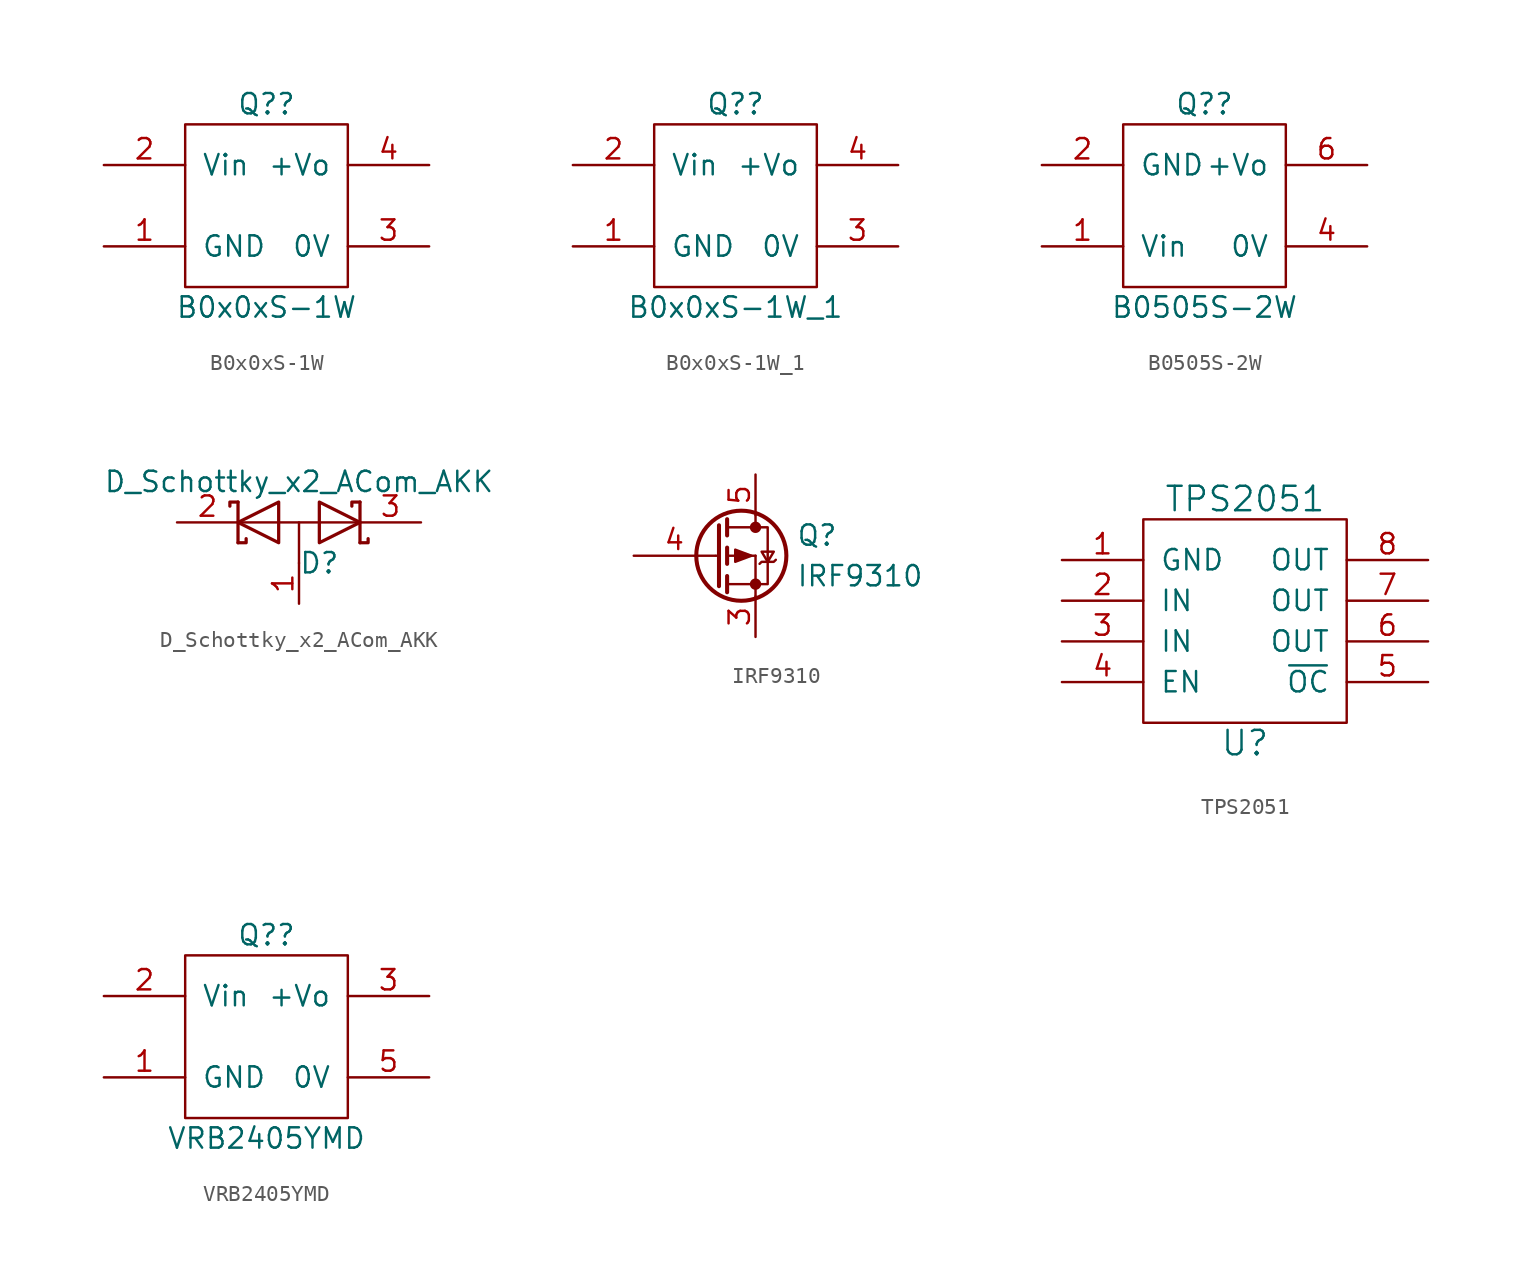
<source format=kicad_sym>
(kicad_symbol_lib
  (version 20231120)
  (generator "kicad_symbol_editor")
  (generator_version "8.99")
  (symbol "B0x0xS-1W"
    (pin_names
      (offset 1.016))
    (property "Reference" "Q?"
      (at 0 6.35 0)
      (effects (font (size 1.27 1.27))))
    (property "Value" "B0x0xS-1W"
      (at 0 -6.35 0)
      (effects (font (size 1.27 1.27))))
    (symbol "B0x0xS-1W_0_1"
      (rectangle (start -5.08 5.08) (end 5.08 -5.08) (stroke (width 0) (type default)) (fill (type none))))
    (symbol "B0x0xS-1W_1_1"
      (pin power_in line (at -10.16 -2.54 0) (length 5.08) (name "GND" (effects (font (size 1.27 1.27)))) (number "1" (effects (font (size 1.27 1.27)))))
      (pin power_in line (at -10.16 2.54 0) (length 5.08) (name "Vin" (effects (font (size 1.27 1.27)))) (number "2" (effects (font (size 1.27 1.27)))))
      (pin power_out line (at 10.16 -2.54 180) (length 5.08) (name "0V" (effects (font (size 1.27 1.27)))) (number "3" (effects (font (size 1.27 1.27)))))
      (pin power_out line (at 10.16 2.54 180) (length 5.08) (name "+Vo" (effects (font (size 1.27 1.27)))) (number "4" (effects (font (size 1.27 1.27)))))))
  (symbol "B0x0xS-1W_1"
    (pin_names
      (offset 1.016))
    (property "Reference" "Q?"
      (at 0 6.35 0)
      (effects (font (size 1.27 1.27))))
    (property "Value" "B0x0xS-1W_1"
      (at 0 -6.35 0)
      (effects (font (size 1.27 1.27))))
    (symbol "B0x0xS-1W_1_0_1"
      (rectangle (start -5.08 5.08) (end 5.08 -5.08) (stroke (width 0) (type default)) (fill (type none))))
    (symbol "B0x0xS-1W_1_1_1"
      (pin power_in line (at -10.16 -2.54 0) (length 5.08) (name "GND" (effects (font (size 1.27 1.27)))) (number "1" (effects (font (size 1.27 1.27)))))
      (pin power_in line (at -10.16 2.54 0) (length 5.08) (name "Vin" (effects (font (size 1.27 1.27)))) (number "2" (effects (font (size 1.27 1.27)))))
      (pin power_out line (at 10.16 -2.54 180) (length 5.08) (name "0V" (effects (font (size 1.27 1.27)))) (number "3" (effects (font (size 1.27 1.27)))))
      (pin power_out line (at 10.16 2.54 180) (length 5.08) (name "+Vo" (effects (font (size 1.27 1.27)))) (number "4" (effects (font (size 1.27 1.27)))))))
  (symbol "B0505S-2W"
    (pin_names
      (offset 1.016))
    (property "Reference" "Q?"
      (at 0 6.35 0)
      (effects (font (size 1.27 1.27))))
    (property "Value" "B0505S-2W"
      (at 0 -6.35 0)
      (effects (font (size 1.27 1.27))))
    (symbol "B0505S-2W_0_1"
      (rectangle (start -5.08 5.08) (end 5.08 -5.08) (stroke (width 0) (type default)) (fill (type none))))
    (symbol "B0505S-2W_1_1"
      (pin power_in line (at -10.16 -2.54 0) (length 5.08) (name "Vin" (effects (font (size 1.27 1.27)))) (number "1" (effects (font (size 1.27 1.27)))))
      (pin power_in line (at -10.16 2.54 0) (length 5.08) (name "GND" (effects (font (size 1.27 1.27)))) (number "2" (effects (font (size 1.27 1.27)))))
      (pin power_out line (at 10.16 -2.54 180) (length 5.08) (name "0V" (effects (font (size 1.27 1.27)))) (number "4" (effects (font (size 1.27 1.27)))))
      (pin power_out line (at 10.16 2.54 180) (length 5.08) (name "+Vo" (effects (font (size 1.27 1.27)))) (number "6" (effects (font (size 1.27 1.27)))))))
  (symbol "D_Schottky_x2_ACom_AKK"
    (pin_names
      (offset 0.762) hide)
    (property "Reference" "D"
      (at 1.27 -2.54 0)
      (effects (font (size 1.27 1.27))))
    (property "Value" "D_Schottky_x2_ACom_AKK"
      (at 0 2.54 0)
      (effects (font (size 1.27 1.27))))
    (property "Footprint" ""
      (at 0 0 0)
      (effects (font (size 1.27 1.27))))
    (property "Datasheet" ""
      (at 0 0 0)
      (effects (font (size 1.27 1.27))))
    (symbol "D_Schottky_x2_ACom_AKK_0_1"
      (polyline (pts (xy -3.556 0) (xy 3.81 0)) (stroke (width 0) (type default)) (fill (type none)))
      (polyline (pts (xy 0 0) (xy 0 -2.54)) (stroke (width 0) (type default)) (fill (type none)))
      (polyline (pts (xy -3.81 1.27) (xy -3.81 -1.27) (xy -3.81 -1.27)) (stroke (width 0.203) (type default)) (fill (type none)))
      (polyline (pts (xy 3.81 1.27) (xy 3.81 -1.27) (xy 3.81 -1.27)) (stroke (width 0.203) (type default)) (fill (type none)))
      (polyline (pts (xy -3.81 1.27) (xy -4.318 1.27) (xy -4.318 1.016) (xy -4.318 1.016)) (stroke (width 0.203) (type default)) (fill (type none)))
      (polyline (pts (xy 3.81 -1.27) (xy 4.318 -1.27) (xy 4.318 -1.016) (xy 4.318 -1.016)) (stroke (width 0.203) (type default)) (fill (type none)))
      (polyline (pts (xy 3.81 1.27) (xy 3.302 1.27) (xy 3.302 1.016) (xy 3.302 1.016)) (stroke (width 0.203) (type default)) (fill (type none)))
      (polyline (pts (xy -3.302 -1.016) (xy -3.302 -1.27) (xy -3.81 -1.27) (xy -3.81 -1.27) (xy -3.81 -1.27)) (stroke (width 0.203) (type default)) (fill (type none)))
      (polyline (pts (xy -1.27 -1.27) (xy -3.81 0) (xy -1.27 1.27) (xy -1.27 -1.27) (xy -1.27 -1.27) (xy -1.27 -1.27)) (stroke (width 0.203) (type default)) (fill (type none)))
      (polyline (pts (xy 1.27 1.27) (xy 3.81 0) (xy 1.27 -1.27) (xy 1.27 1.27) (xy 1.27 1.27) (xy 1.27 1.27)) (stroke (width 0.203) (type default)) (fill (type none)))
      (pin passive line (at 0 -5.08 90) (length 2.54) (name "A" (effects (font (size 1.27 1.27)))) (number "1" (effects (font (size 1.27 1.27)))))
      (pin passive line (at -7.62 0 0) (length 3.81) (name "K" (effects (font (size 1.27 1.27)))) (number "2" (effects (font (size 1.27 1.27)))))
      (pin passive line (at 7.62 0 180) (length 3.81) (name "K" (effects (font (size 1.27 1.27)))) (number "3" (effects (font (size 1.27 1.27)))))))
  (symbol "IRF9310"
    (pin_names
      (offset 0) hide)
    (property "Reference" "Q"
      (at 5.08 1.27 0)
      (effects (font (size 1.27 1.27)) (justify left)))
    (property "Value" "IRF9310"
      (at 5.08 -1.27 0)
      (effects (font (size 1.27 1.27)) (justify left)))
    (symbol "IRF9310_0_1"
      (polyline (pts (xy 0.051 0) (xy 0.254 0)) (stroke (width 0) (type default)) (fill (type none)))
      (polyline (pts (xy 0.762 -1.778) (xy 2.54 -1.778)) (stroke (width 0) (type default)) (fill (type none)))
      (polyline (pts (xy 0.762 -1.27) (xy 0.762 -2.286)) (stroke (width 0.254) (type default)) (fill (type none)))
      (polyline (pts (xy 0.762 0) (xy 2.54 0)) (stroke (width 0) (type default)) (fill (type none)))
      (polyline (pts (xy 0.762 0.508) (xy 0.762 -0.508)) (stroke (width 0.254) (type default)) (fill (type none)))
      (polyline (pts (xy 0.762 1.778) (xy 2.54 1.778)) (stroke (width 0) (type default)) (fill (type none)))
      (polyline (pts (xy 0.762 2.286) (xy 0.762 1.27)) (stroke (width 0.254) (type default)) (fill (type none)))
      (polyline (pts (xy 2.54 -1.778) (xy 2.54 -2.54)) (stroke (width 0) (type default)) (fill (type none)))
      (polyline (pts (xy 2.54 -1.778) (xy 2.54 0)) (stroke (width 0) (type default)) (fill (type none)))
      (polyline (pts (xy 2.54 2.54) (xy 2.54 1.778)) (stroke (width 0) (type default)) (fill (type none)))
      (polyline (pts (xy 0.254 1.905) (xy 0.254 -1.905) (xy 0.254 -1.905)) (stroke (width 0.254) (type default)) (fill (type none)))
      (polyline (pts (xy 2.286 0) (xy 1.27 -0.381) (xy 1.27 0.381) (xy 2.286 0)) (stroke (width 0) (type default)) (fill (type outline)))
      (polyline (pts (xy 2.54 -1.778) (xy 3.302 -1.778) (xy 3.302 1.778) (xy 2.54 1.778)) (stroke (width 0) (type default)) (fill (type none)))
      (polyline (pts (xy 2.794 -0.508) (xy 2.921 -0.381) (xy 3.683 -0.381) (xy 3.81 -0.254)) (stroke (width 0) (type default)) (fill (type none)))
      (polyline (pts (xy 3.302 -0.381) (xy 2.921 0.254) (xy 3.683 0.254) (xy 3.302 -0.381)) (stroke (width 0) (type default)) (fill (type none)))
      (circle (center 1.651 0) (radius 2.819) (stroke (width 0.254) (type default)) (fill (type none)))
      (circle (center 2.54 -1.778) (radius 0.279) (stroke (width 0) (type default)) (fill (type outline)))
      (circle (center 2.54 1.778) (radius 0.279) (stroke (width 0) (type default)) (fill (type outline))))
    (symbol "IRF9310_1_1"
      (pin passive line (at 2.54 -5.08 90) (length 2.54) hide (name "S" (effects (font (size 1.27 1.27)))) (number "1" (effects (font (size 1.27 1.27)))))
      (pin passive line (at 2.54 -5.08 90) (length 2.54) hide (name "S" (effects (font (size 1.27 1.27)))) (number "2" (effects (font (size 1.27 1.27)))))
      (pin passive line (at 2.54 -5.08 90) (length 2.54) (name "S" (effects (font (size 1.27 1.27)))) (number "3" (effects (font (size 1.27 1.27)))))
      (pin input line (at -5.08 0 0) (length 5.08) (name "G" (effects (font (size 1.27 1.27)))) (number "4" (effects (font (size 1.27 1.27)))))
      (pin passive line (at 2.54 5.08 270) (length 2.54) (name "D" (effects (font (size 1.27 1.27)))) (number "5" (effects (font (size 1.27 1.27)))))
      (pin passive line (at 2.54 5.08 270) (length 2.54) hide (name "D" (effects (font (size 1.27 1.27)))) (number "6" (effects (font (size 1.27 1.27)))))
      (pin passive line (at 2.54 5.08 270) (length 2.54) hide (name "D" (effects (font (size 1.27 1.27)))) (number "7" (effects (font (size 1.27 1.27)))))
      (pin passive line (at 2.54 5.08 270) (length 2.54) hide (name "D" (effects (font (size 1.27 1.27)))) (number "8" (effects (font (size 1.27 1.27)))))))
  (symbol "TPS2051"
    (pin_names
      (offset 1.016))
    (property "Reference" "U"
      (at 0 -7.62 0)
      (effects (font (size 1.524 1.524))))
    (property "Value" "TPS2051"
      (at 0 7.62 0)
      (effects (font (size 1.524 1.524))))
    (symbol "TPS2051_0_1"
      (rectangle (start -6.35 6.35) (end 6.35 -6.35) (stroke (width 0) (type default)) (fill (type none))))
    (symbol "TPS2051_1_1"
      (pin power_in line (at -11.43 3.81 0) (length 5.08) (name "GND" (effects (font (size 1.27 1.27)))) (number "1" (effects (font (size 1.27 1.27)))))
      (pin power_in line (at -11.43 1.27 0) (length 5.08) (name "IN" (effects (font (size 1.27 1.27)))) (number "2" (effects (font (size 1.27 1.27)))))
      (pin passive line (at -11.43 -1.27 0) (length 5.08) (name "IN" (effects (font (size 1.27 1.27)))) (number "3" (effects (font (size 1.27 1.27)))))
      (pin input line (at -11.43 -3.81 0) (length 5.08) (name "EN" (effects (font (size 1.27 1.27)))) (number "4" (effects (font (size 1.27 1.27)))))
      (pin output line (at 11.43 -3.81 180) (length 5.08) (name "~{OC}" (effects (font (size 1.27 1.27)))) (number "5" (effects (font (size 1.27 1.27)))))
      (pin passive line (at 11.43 -1.27 180) (length 5.08) (name "OUT" (effects (font (size 1.27 1.27)))) (number "6" (effects (font (size 1.27 1.27)))))
      (pin passive line (at 11.43 1.27 180) (length 5.08) (name "OUT" (effects (font (size 1.27 1.27)))) (number "7" (effects (font (size 1.27 1.27)))))
      (pin power_out line (at 11.43 3.81 180) (length 5.08) (name "OUT" (effects (font (size 1.27 1.27)))) (number "8" (effects (font (size 1.27 1.27)))))))
  (symbol "VRB2405YMD"
    (pin_names
      (offset 1.016))
    (property "Reference" "Q?"
      (at 0 6.35 0)
      (effects (font (size 1.27 1.27))))
    (property "Value" "VRB2405YMD"
      (at 0 -6.35 0)
      (effects (font (size 1.27 1.27))))
    (symbol "VRB2405YMD_0_1"
      (rectangle (start -5.08 5.08) (end 5.08 -5.08) (stroke (width 0) (type default)) (fill (type none))))
    (symbol "VRB2405YMD_1_1"
      (pin power_in line (at -10.16 -2.54 0) (length 5.08) (name "GND" (effects (font (size 1.27 1.27)))) (number "1" (effects (font (size 1.27 1.27)))))
      (pin power_in line (at -10.16 2.54 0) (length 5.08) (name "Vin" (effects (font (size 1.27 1.27)))) (number "2" (effects (font (size 1.27 1.27)))))
      (pin power_out line (at 10.16 2.54 180) (length 5.08) (name "+Vo" (effects (font (size 1.27 1.27)))) (number "3" (effects (font (size 1.27 1.27)))))
      (pin power_out line (at 10.16 -2.54 180) (length 5.08) (name "0V" (effects (font (size 1.27 1.27)))) (number "5" (effects (font (size 1.27 1.27))))))))
</source>
